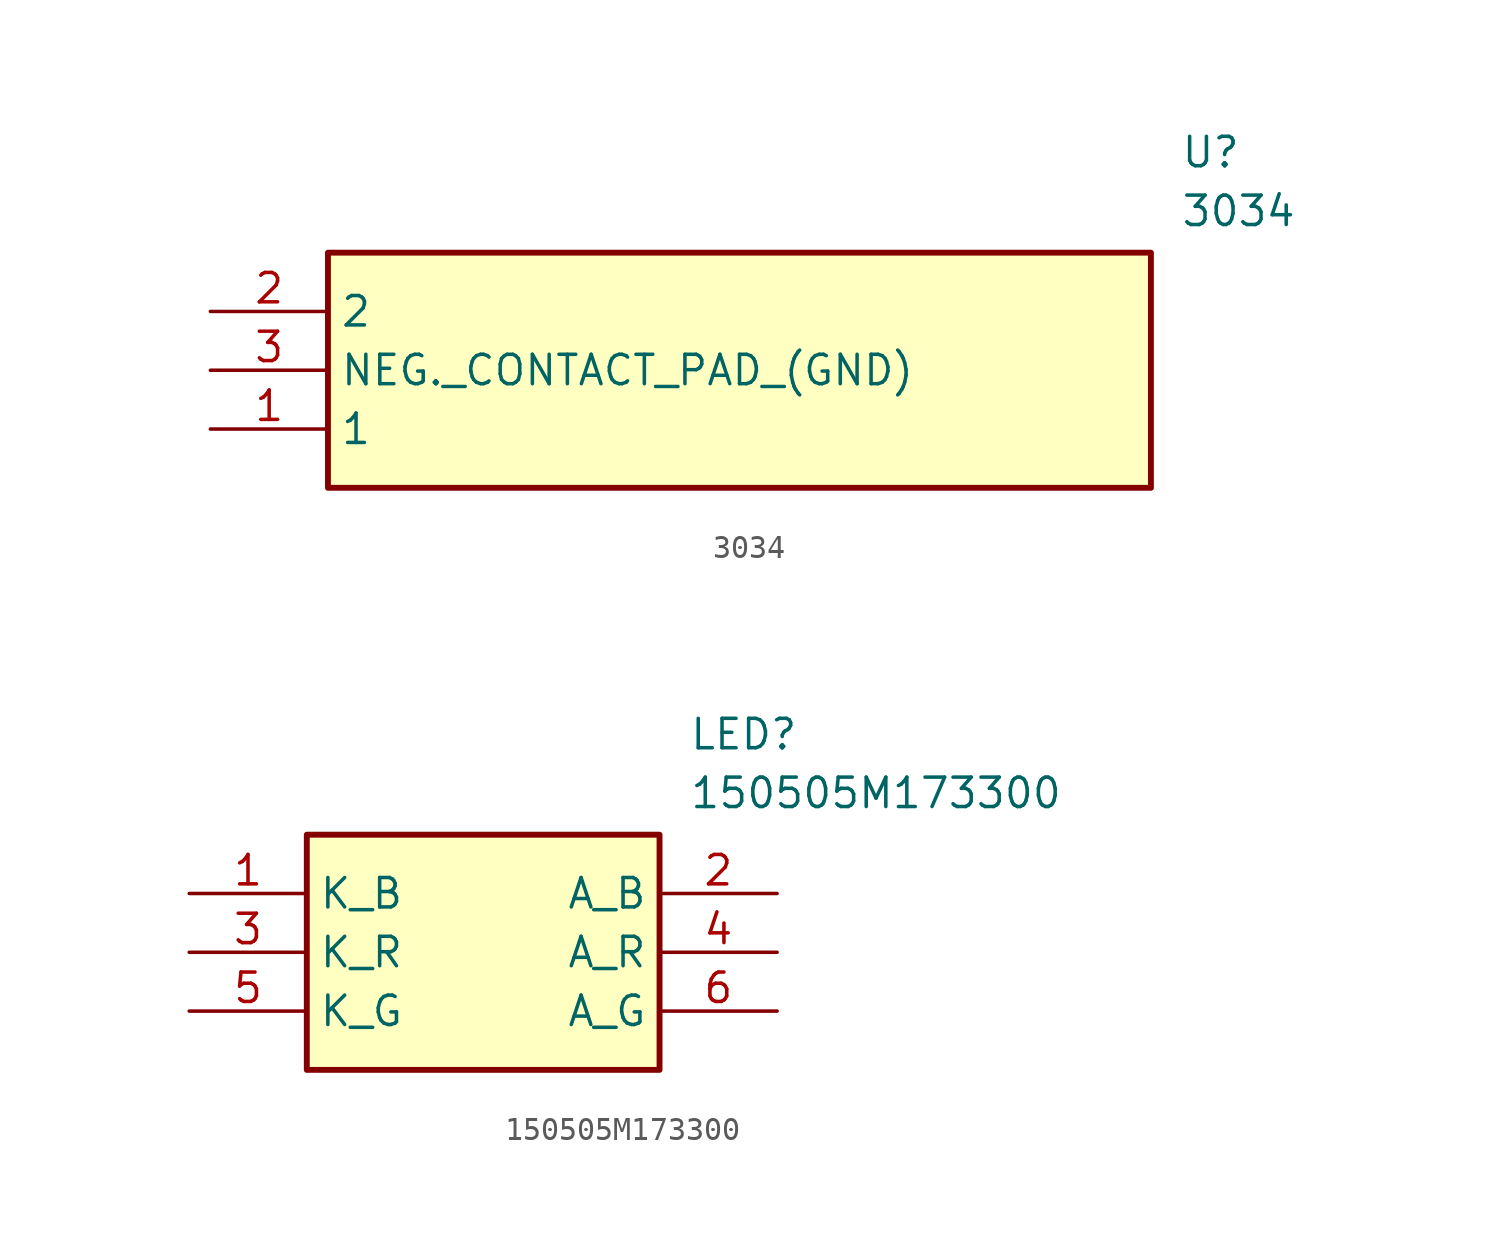
<source format=kicad_sym>
(kicad_symbol_lib
  (version 20220914)
  (generator SamacSys_ECAD_Model)
  (symbol "3034"
    (property "Reference" "U"
      (at 41.91 7.62 0)
      (effects (font (size 1.27 1.27)) (justify left top)))
    (property "Value" "3034"
      (at 41.91 5.08 0)
      (effects (font (size 1.27 1.27)) (justify left top)))
    (rectangle
      (start 5.08 2.54)
      (end 40.64 -7.62)
      (stroke (width 0.254) (type default))
      (fill (type background)))
    (pin passive line
      (at 0 -5.08 0)
      (length 5.08)
      (name "1" (effects (font (size 1.27 1.27))))
      (number "1" (effects (font (size 1.27 1.27)))))
    (pin passive line
      (at 0 0 0)
      (length 5.08)
      (name "2" (effects (font (size 1.27 1.27))))
      (number "2" (effects (font (size 1.27 1.27)))))
    (pin passive line
      (at 0 -2.54 0)
      (length 5.08)
      (name "NEG._CONTACT_PAD_(GND)" (effects (font (size 1.27 1.27))))
      (number "3" (effects (font (size 1.27 1.27))))))
  (symbol "150505M173300"
    (property "Reference" "LED"
      (at 21.59 7.62 0)
      (effects (font (size 1.27 1.27)) (justify left top)))
    (property "Value" "150505M173300"
      (at 21.59 5.08 0)
      (effects (font (size 1.27 1.27)) (justify left top)))
    (rectangle
      (start 5.08 2.54)
      (end 20.32 -7.62)
      (stroke (width 0.254) (type default))
      (fill (type background)))
    (pin passive line
      (at 0 0 0)
      (length 5.08)
      (name "K_B" (effects (font (size 1.27 1.27))))
      (number "1" (effects (font (size 1.27 1.27)))))
    (pin passive line
      (at 25.4 0 180)
      (length 5.08)
      (name "A_B" (effects (font (size 1.27 1.27))))
      (number "2" (effects (font (size 1.27 1.27)))))
    (pin passive line
      (at 0 -2.54 0)
      (length 5.08)
      (name "K_R" (effects (font (size 1.27 1.27))))
      (number "3" (effects (font (size 1.27 1.27)))))
    (pin passive line
      (at 25.4 -2.54 180)
      (length 5.08)
      (name "A_R" (effects (font (size 1.27 1.27))))
      (number "4" (effects (font (size 1.27 1.27)))))
    (pin passive line
      (at 0 -5.08 0)
      (length 5.08)
      (name "K_G" (effects (font (size 1.27 1.27))))
      (number "5" (effects (font (size 1.27 1.27)))))
    (pin passive line
      (at 25.4 -5.08 180)
      (length 5.08)
      (name "A_G" (effects (font (size 1.27 1.27))))
      (number "6" (effects (font (size 1.27 1.27)))))))
</source>
